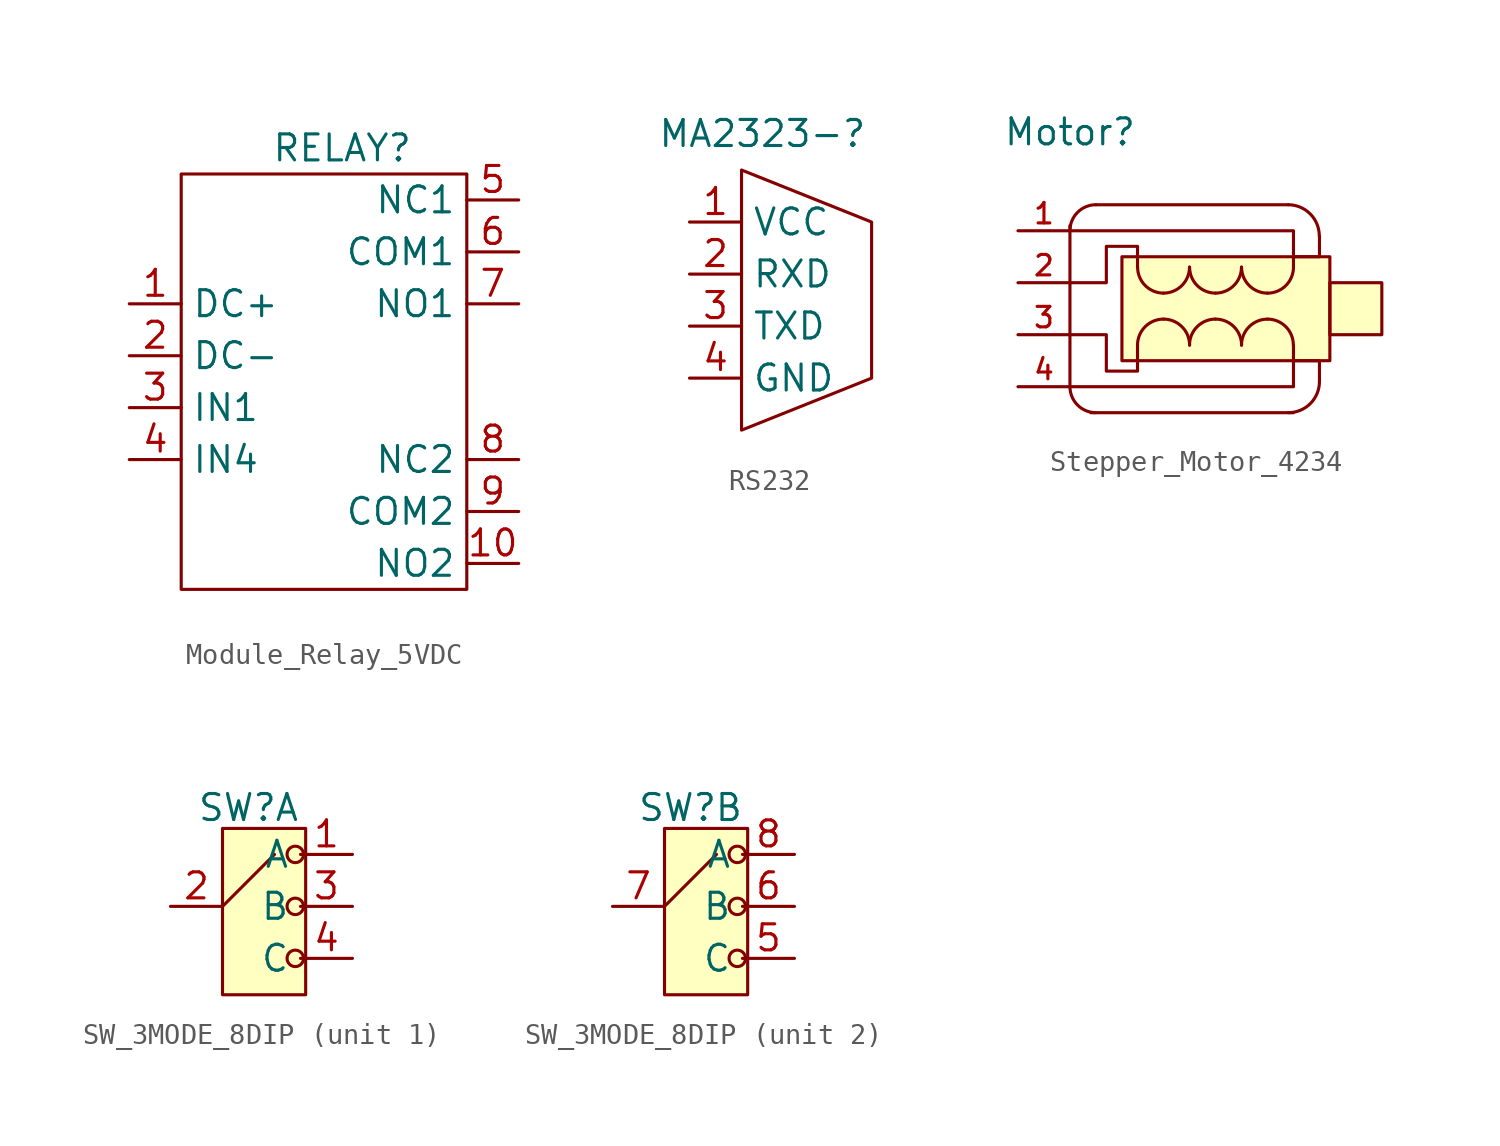
<source format=kicad_sym>
(kicad_symbol_lib
  (version 20231120)
  (generator "kicad_symbol_editor")
  (generator_version "8.0")
  (symbol "Module_Relay_5VDC"
    (property "Reference" "RELAY"
      (at 0.254 11.43 0)
      (effects (font (size 1.27 1.27))))
    (property "Value" ""
      (at 2.54 7.62 0)
      (effects (font (size 1.27 1.27))))
    (symbol "Module_Relay_5VDC_0_1"
      (rectangle (start -7.62 10.16) (end 6.35 -10.16) (stroke (width 0) (type default)) (fill (type none))))
    (symbol "Module_Relay_5VDC_1_1"
      (pin input line (at -10.16 3.81 0) (length 2.54) (name "DC+" (effects (font (size 1.27 1.27)))) (number "1" (effects (font (size 1.27 1.27)))))
      (pin output line (at 8.89 -8.89 180) (length 2.54) (name "NO2" (effects (font (size 1.27 1.27)))) (number "10" (effects (font (size 1.27 1.27)))))
      (pin input line (at -10.16 1.27 0) (length 2.54) (name "DC-" (effects (font (size 1.27 1.27)))) (number "2" (effects (font (size 1.27 1.27)))))
      (pin input line (at -10.16 -1.27 0) (length 2.54) (name "IN1" (effects (font (size 1.27 1.27)))) (number "3" (effects (font (size 1.27 1.27)))))
      (pin input line (at -10.16 -3.81 0) (length 2.54) (name "IN4" (effects (font (size 1.27 1.27)))) (number "4" (effects (font (size 1.27 1.27)))))
      (pin output line (at 8.89 8.89 180) (length 2.54) (name "NC1" (effects (font (size 1.27 1.27)))) (number "5" (effects (font (size 1.27 1.27)))))
      (pin output line (at 8.89 6.35 180) (length 2.54) (name "COM1" (effects (font (size 1.27 1.27)))) (number "6" (effects (font (size 1.27 1.27)))))
      (pin output line (at 8.89 3.81 180) (length 2.54) (name "NO1" (effects (font (size 1.27 1.27)))) (number "7" (effects (font (size 1.27 1.27)))))
      (pin output line (at 8.89 -3.81 180) (length 2.54) (name "NC2" (effects (font (size 1.27 1.27)))) (number "8" (effects (font (size 1.27 1.27)))))
      (pin output line (at 8.89 -6.35 180) (length 2.54) (name "COM2" (effects (font (size 1.27 1.27)))) (number "9" (effects (font (size 1.27 1.27)))))))
  (symbol "RS232"
    (property "Reference" "MA2323-"
      (at 1.016 8.128 0)
      (effects (font (size 1.27 1.27))))
    (property "Value" ""
      (at 0 7.62 0)
      (effects (font (size 1.27 1.27))))
    (symbol "RS232_0_1"
      (polyline (pts (xy 0 6.35) (xy 6.35 3.81) (xy 6.35 -3.81) (xy 0 -6.35) (xy 0 6.35)) (stroke (width 0) (type default)) (fill (type none))))
    (symbol "RS232_1_1"
      (pin input line (at -2.54 3.81 0) (length 2.54) (name "VCC" (effects (font (size 1.27 1.27)))) (number "1" (effects (font (size 1.27 1.27)))))
      (pin bidirectional line (at -2.54 1.27 0) (length 2.54) (name "RXD" (effects (font (size 1.27 1.27)))) (number "2" (effects (font (size 1.27 1.27)))))
      (pin bidirectional line (at -2.54 -1.27 0) (length 2.54) (name "TXD" (effects (font (size 1.27 1.27)))) (number "3" (effects (font (size 1.27 1.27)))))
      (pin input line (at -2.54 -3.81 0) (length 2.54) (name "GND" (effects (font (size 1.27 1.27)))) (number "4" (effects (font (size 1.27 1.27)))))))
  (symbol "Stepper_Motor_4234"
    (property "Reference" "Motor"
      (at 0 4.826 0)
      (effects (font (size 1.27 1.27))))
    (property "Value" ""
      (at 0 0 0)
      (effects (font (size 1.27 1.27))))
    (symbol "Stepper_Motor_4234_1_1"
      (arc (start 0 -7.62) (mid 0.372 -8.518) (end 1.27 -8.89) (stroke (width 0) (type default)) (fill (type none)))
      (polyline (pts (xy 0 0.254) (xy 0 -7.62)) (stroke (width 0) (type default)) (fill (type none)))
      (polyline (pts (xy 1.016 -8.89) (xy 10.922 -8.89)) (stroke (width 0) (type default)) (fill (type none)))
      (polyline (pts (xy 10.668 1.27) (xy 1.27 1.27)) (stroke (width 0) (type default)) (fill (type none)))
      (polyline (pts (xy 0 -7.62) (xy 10.922 -7.62) (xy 10.922 -5.588)) (stroke (width 0) (type default)) (fill (type none)))
      (polyline (pts (xy 10.922 -1.778) (xy 10.922 0) (xy 0 0)) (stroke (width 0) (type default)) (fill (type none)))
      (polyline (pts (xy 12.192 -7.366) (xy 12.192 -6.35) (xy 10.922 -6.35)) (stroke (width 0) (type default)) (fill (type none)))
      (polyline (pts (xy 12.192 -0.254) (xy 12.192 -1.27) (xy 10.922 -1.27)) (stroke (width 0) (type default)) (fill (type none)))
      (polyline (pts (xy 0 -5.08) (xy 1.778 -5.08) (xy 1.778 -6.858) (xy 3.302 -6.858) (xy 3.302 -5.588)) (stroke (width 0) (type default)) (fill (type none)))
      (polyline (pts (xy 3.302 -1.778) (xy 3.302 -0.762) (xy 1.778 -0.762) (xy 1.778 -2.54) (xy 0 -2.54)) (stroke (width 0) (type default)) (fill (type none)))
      (arc (start 1.27 1.27) (mid 0.372 0.898) (end 0 0) (stroke (width 0) (type default)) (fill (type none)))
      (rectangle (start 2.54 -1.27) (end 12.7 -6.35) (stroke (width 0) (type default)) (fill (type background)))
      (arc (start 3.302 -1.778) (mid 3.674 -2.676) (end 4.572 -3.048) (stroke (width 0) (type default)) (fill (type none)))
      (arc (start 4.572 -4.318) (mid 3.674 -4.69) (end 3.302 -5.588) (stroke (width 0) (type default)) (fill (type none)))
      (arc (start 4.572 -3.048) (mid 5.47 -2.676) (end 5.842 -1.778) (stroke (width 0) (type default)) (fill (type none)))
      (arc (start 5.842 -5.588) (mid 5.47 -4.69) (end 4.572 -4.318) (stroke (width 0) (type default)) (fill (type none)))
      (arc (start 5.842 -1.778) (mid 6.214 -2.676) (end 7.112 -3.048) (stroke (width 0) (type default)) (fill (type none)))
      (arc (start 7.112 -4.318) (mid 6.214 -4.69) (end 5.842 -5.588) (stroke (width 0) (type default)) (fill (type none)))
      (arc (start 7.112 -3.048) (mid 8.01 -2.676) (end 8.382 -1.778) (stroke (width 0) (type default)) (fill (type none)))
      (arc (start 8.382 -5.588) (mid 8.01 -4.69) (end 7.112 -4.318) (stroke (width 0) (type default)) (fill (type none)))
      (arc (start 8.382 -1.778) (mid 8.754 -2.676) (end 9.652 -3.048) (stroke (width 0) (type default)) (fill (type none)))
      (arc (start 9.652 -4.318) (mid 8.754 -4.69) (end 8.382 -5.588) (stroke (width 0) (type default)) (fill (type none)))
      (arc (start 9.652 -3.048) (mid 10.55 -2.676) (end 10.922 -1.778) (stroke (width 0) (type default)) (fill (type none)))
      (arc (start 10.668 -8.89) (mid 11.7456 -8.4436) (end 12.192 -7.366) (stroke (width 0) (type default)) (fill (type none)))
      (arc (start 10.922 -5.588) (mid 10.5509 -4.688) (end 9.652 -4.318) (stroke (width 0) (type default)) (fill (type none)))
      (arc (start 12.192 -0.254) (mid 11.7456 0.8236) (end 10.668 1.27) (stroke (width 0) (type default)) (fill (type none)))
      (rectangle (start 12.7 -2.54) (end 15.24 -5.08) (stroke (width 0) (type default)) (fill (type background)))
      (pin input line (at -2.54 0 0) (length 2.54) (name "" (effects (font (size 1 1)))) (number "1" (effects (font (size 1 1)))))
      (pin input line (at -2.54 -2.54 0) (length 2.54) (name "" (effects (font (size 1 1)))) (number "2" (effects (font (size 1 1)))))
      (pin input line (at -2.54 -5.08 0) (length 2.54) (name "" (effects (font (size 1 1)))) (number "3" (effects (font (size 1 1)))))
      (pin input line (at -2.54 -7.62 0) (length 2.54) (name "" (effects (font (size 1 1)))) (number "4" (effects (font (size 1 1)))))))
  (symbol "SW_3MODE_8DIP"
    (property "Reference" "SW"
      (at -1.27 4.826 0)
      (effects (font (size 1.27 1.27))))
    (property "Value" ""
      (at 0 0 0)
      (effects (font (size 1.27 1.27))))
    (property "ki_locked" ""
      (at 0 0 0)
      (effects (font (size 1.27 1.27))))
    (symbol "SW_3MODE_8DIP_1_1"
      (rectangle (start -2.54 3.81) (end 1.524 -4.318) (stroke (width 0) (type default)) (fill (type background)))
      (polyline (pts (xy -2.54 0) (xy 0 2.54)) (stroke (width 0) (type default)) (fill (type none)))
      (circle (center 1.016 -2.54) (radius 0.402) (stroke (width 0) (type default)) (fill (type none)))
      (circle (center 1.016 0) (radius 0.402) (stroke (width 0) (type default)) (fill (type none)))
      (circle (center 1.016 2.54) (radius 0.402) (stroke (width 0) (type default)) (fill (type none)))
      (pin output line (at 3.81 2.54 180) (length 2.54) (name "A" (effects (font (size 1.27 1.27)))) (number "1" (effects (font (size 1.27 1.27)))))
      (pin input line (at -5.08 0 0) (length 2.54) (name "" (effects (font (size 1.27 1.27)))) (number "2" (effects (font (size 1.27 1.27)))))
      (pin output line (at 3.81 0 180) (length 2.54) (name "B" (effects (font (size 1.27 1.27)))) (number "3" (effects (font (size 1.27 1.27)))))
      (pin output line (at 3.81 -2.54 180) (length 2.54) (name "C" (effects (font (size 1.27 1.27)))) (number "4" (effects (font (size 1.27 1.27))))))
    (symbol "SW_3MODE_8DIP_2_1"
      (rectangle (start -2.54 3.81) (end 1.524 -4.318) (stroke (width 0) (type default)) (fill (type background)))
      (polyline (pts (xy -2.54 0) (xy 0 2.54)) (stroke (width 0) (type default)) (fill (type none)))
      (circle (center 1.016 -2.54) (radius 0.402) (stroke (width 0) (type default)) (fill (type none)))
      (circle (center 1.016 0) (radius 0.402) (stroke (width 0) (type default)) (fill (type none)))
      (circle (center 1.016 2.54) (radius 0.402) (stroke (width 0) (type default)) (fill (type none)))
      (pin output line (at 3.81 -2.54 180) (length 2.54) (name "C" (effects (font (size 1.27 1.27)))) (number "5" (effects (font (size 1.27 1.27)))))
      (pin output line (at 3.81 0 180) (length 2.54) (name "B" (effects (font (size 1.27 1.27)))) (number "6" (effects (font (size 1.27 1.27)))))
      (pin input line (at -5.08 0 0) (length 2.54) (name "" (effects (font (size 1.27 1.27)))) (number "7" (effects (font (size 1.27 1.27)))))
      (pin output line (at 3.81 2.54 180) (length 2.54) (name "A" (effects (font (size 1.27 1.27)))) (number "8" (effects (font (size 1.27 1.27))))))))
</source>
